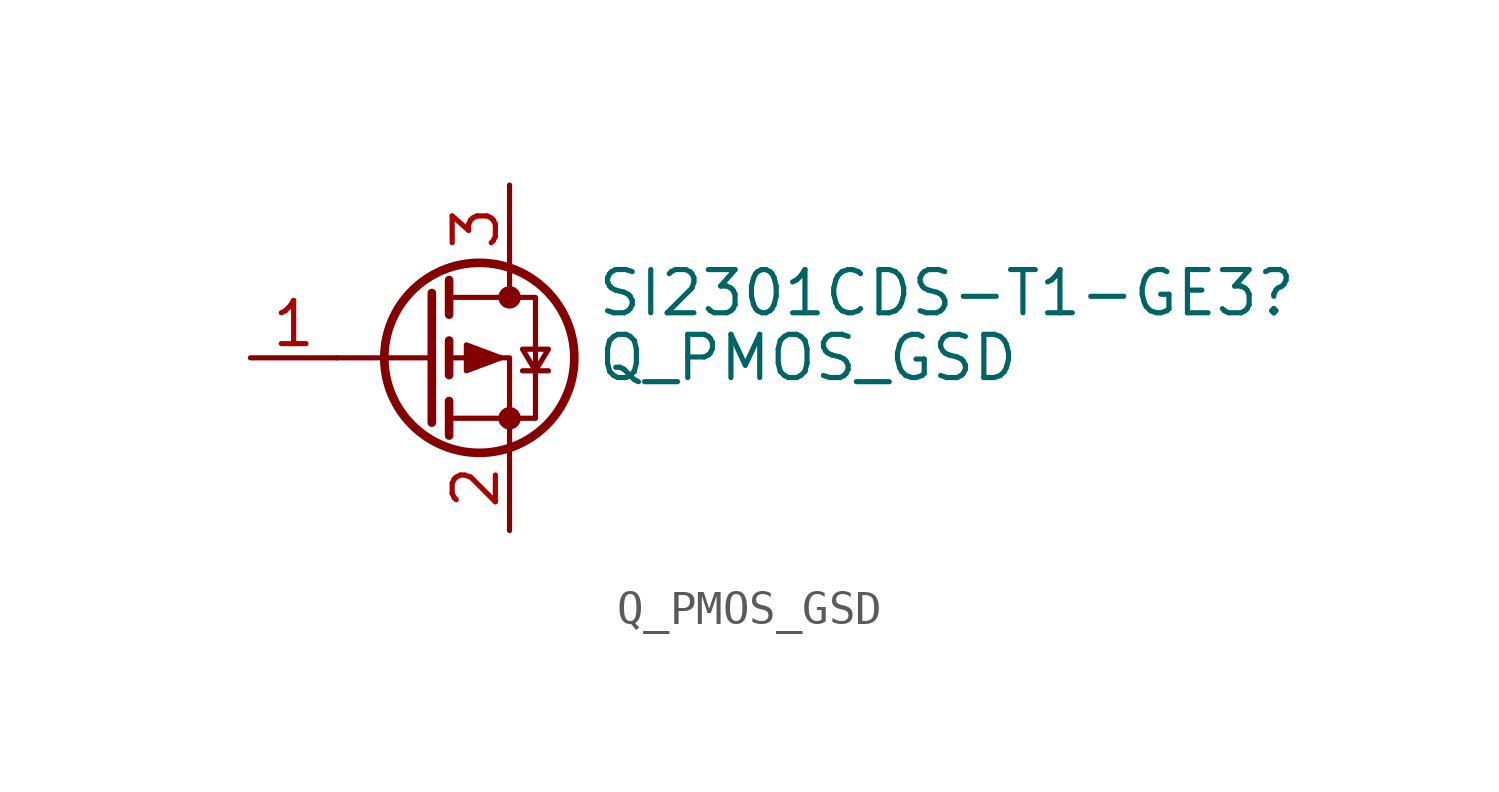
<source format=kicad_sym>
(kicad_symbol_lib
  (version 20241209)
  (generator "kicad_symbol_editor")
  (generator_version "9.0")
  (symbol "Q_PMOS_GSD"
    (pin_names
      (offset 0)
      (hide yes))
    (property "Reference" "SI2301CDS-T1-GE3"
      (at 5.08 1.905 0)
      (effects (font (size 1.27 1.27)) (justify left)))
    (property "Value" "Q_PMOS_GSD"
      (at 5.08 0 0)
      (effects (font (size 1.27 1.27)) (justify left)))
    (symbol "Q_PMOS_GSD_0_1"
      (polyline (pts (xy 0.254 1.905) (xy 0.254 -1.905)) (stroke (width 0.254) (type default)) (fill (type none)))
      (polyline (pts (xy 0.254 0) (xy -2.54 0)) (stroke (width 0) (type default)) (fill (type none)))
      (polyline (pts (xy 0.762 2.286) (xy 0.762 1.27)) (stroke (width 0.254) (type default)) (fill (type none)))
      (polyline (pts (xy 0.762 1.778) (xy 3.302 1.778) (xy 3.302 -1.778) (xy 0.762 -1.778)) (stroke (width 0) (type default)) (fill (type none)))
      (polyline (pts (xy 0.762 0.508) (xy 0.762 -0.508)) (stroke (width 0.254) (type default)) (fill (type none)))
      (polyline (pts (xy 0.762 -1.27) (xy 0.762 -2.286)) (stroke (width 0.254) (type default)) (fill (type none)))
      (circle (center 1.651 0) (radius 2.794) (stroke (width 0.254) (type default)) (fill (type none)))
      (polyline (pts (xy 2.286 0) (xy 1.27 0.381) (xy 1.27 -0.381) (xy 2.286 0)) (stroke (width 0) (type default)) (fill (type outline)))
      (polyline (pts (xy 2.54 2.54) (xy 2.54 1.778)) (stroke (width 0) (type default)) (fill (type none)))
      (circle (center 2.54 1.778) (radius 0.254) (stroke (width 0) (type default)) (fill (type outline)))
      (circle (center 2.54 -1.778) (radius 0.254) (stroke (width 0) (type default)) (fill (type outline)))
      (polyline (pts (xy 2.54 -2.54) (xy 2.54 0) (xy 0.762 0)) (stroke (width 0) (type default)) (fill (type none)))
      (polyline (pts (xy 2.921 -0.381) (xy 3.683 -0.381)) (stroke (width 0) (type default)) (fill (type none)))
      (polyline (pts (xy 3.302 -0.381) (xy 2.921 0.254) (xy 3.683 0.254) (xy 3.302 -0.381)) (stroke (width 0) (type default)) (fill (type none))))
    (symbol "Q_PMOS_GSD_1_1"
      (pin input line (at -5.08 0 0) (length 2.54) (name "G" (effects (font (size 1.27 1.27)))) (number "1" (effects (font (size 1.27 1.27)))))
      (pin passive line (at 2.54 5.08 270) (length 2.54) (name "D" (effects (font (size 1.27 1.27)))) (number "3" (effects (font (size 1.27 1.27)))))
      (pin passive line (at 2.54 -5.08 90) (length 2.54) (name "S" (effects (font (size 1.27 1.27)))) (number "2" (effects (font (size 1.27 1.27))))))))
</source>
